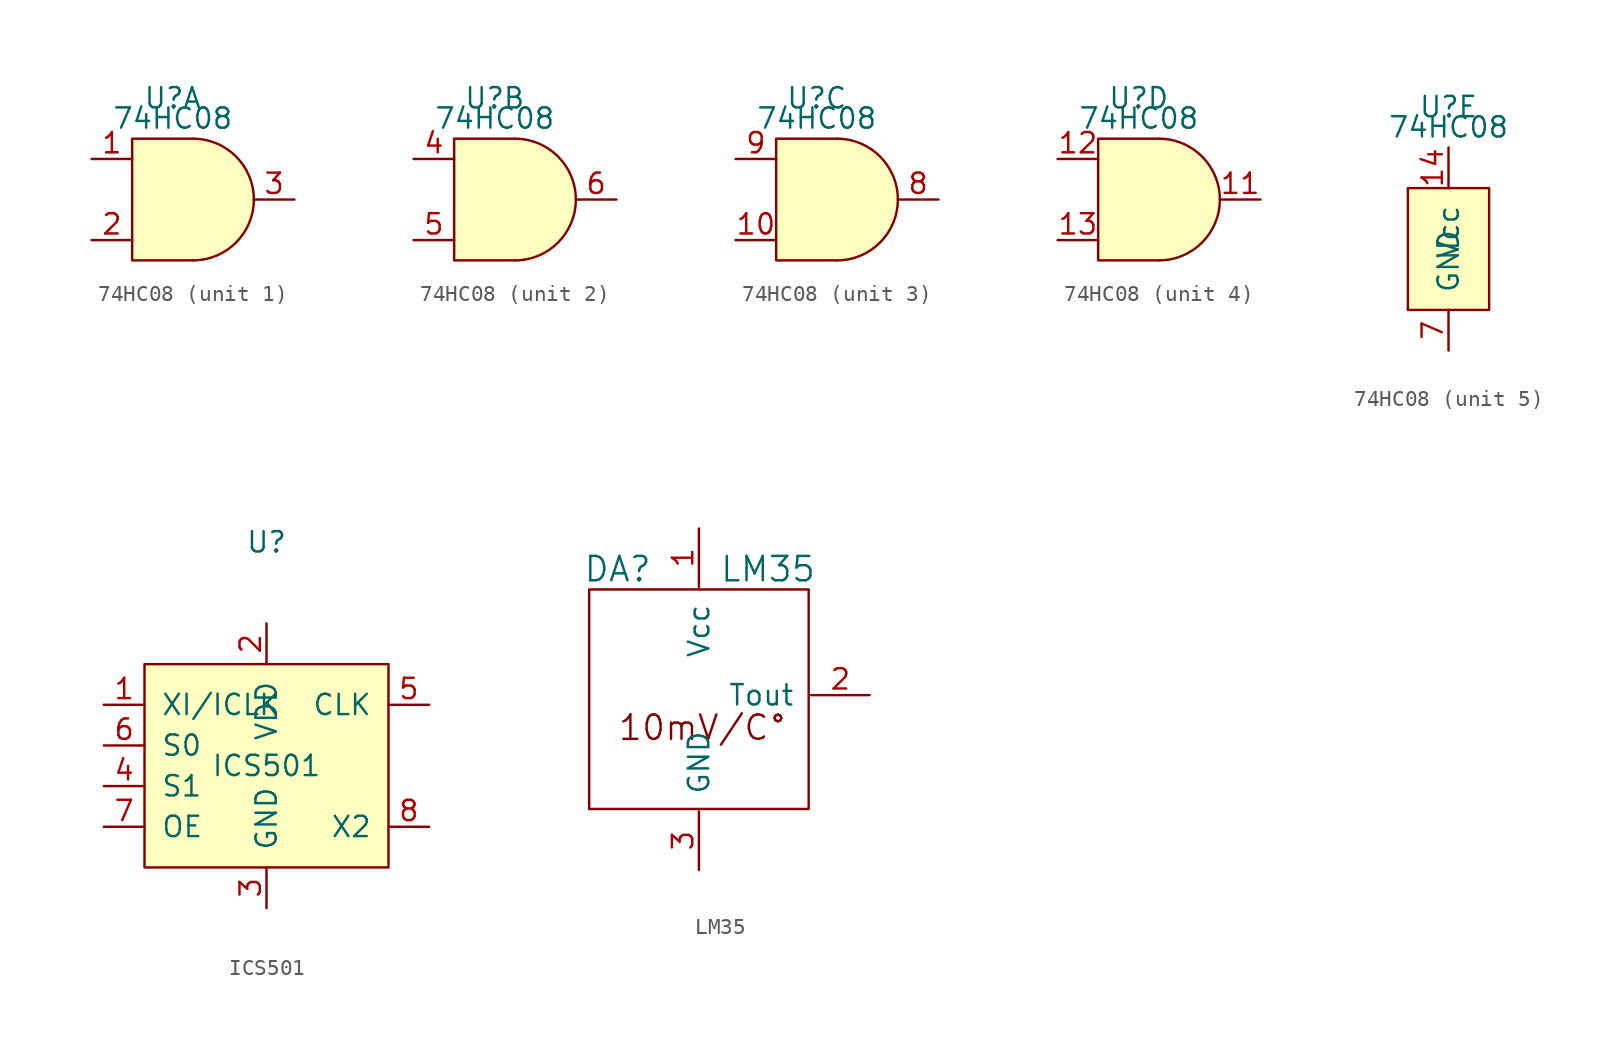
<source format=kicad_sym>
(kicad_symbol_lib
  (version 20211014)
  (generator kicad_symbol_editor)
  (symbol "74HC08"
    (pin_names
      (offset 1.016))
    (property "Reference" "U"
      (at 0 1.27 0)
      (effects (font (size 1.27 1.27))))
    (property "Value" "74HC08"
      (at 0 0 0)
      (effects (font (size 1.27 1.27))))
    (property "ki_locked" ""
      (at 0 0 0)
      (effects (font (size 1.27 1.27))))
    (symbol "74HC08_1_1"
      (polyline (pts (xy 1.27 -1.27) (xy -2.54 -1.27) (xy -2.54 -8.89) (xy 1.27 -8.89)) (stroke (width 0) (type default) (color 0 0 0 0)) (fill (type background)))
      (arc (start 1.27 -8.89) (mid 5.08 -5.08) (end 1.27 -1.27) (stroke (width 0) (type default) (color 0 0 0 0)) (fill (type background)))
      (pin input line (at -5.08 -2.54 0) (length 2.54) (name "~" (effects (font (size 1.27 1.27)))) (number "1" (effects (font (size 1.27 1.27)))))
      (pin input line (at -5.08 -7.62 0) (length 2.54) (name "~" (effects (font (size 1.27 1.27)))) (number "2" (effects (font (size 1.27 1.27)))))
      (pin output line (at 7.62 -5.08 180) (length 2.54) (name "~" (effects (font (size 1.27 1.27)))) (number "3" (effects (font (size 1.27 1.27))))))
    (symbol "74HC08_2_1"
      (polyline (pts (xy 1.27 -1.27) (xy -2.54 -1.27) (xy -2.54 -8.89) (xy 1.27 -8.89)) (stroke (width 0) (type default) (color 0 0 0 0)) (fill (type background)))
      (arc (start 1.27 -8.89) (mid 5.08 -5.08) (end 1.27 -1.27) (stroke (width 0) (type default) (color 0 0 0 0)) (fill (type background)))
      (pin input line (at -5.08 -2.54 0) (length 2.54) (name "~" (effects (font (size 1.27 1.27)))) (number "4" (effects (font (size 1.27 1.27)))))
      (pin input line (at -5.08 -7.62 0) (length 2.54) (name "~" (effects (font (size 1.27 1.27)))) (number "5" (effects (font (size 1.27 1.27)))))
      (pin output line (at 7.62 -5.08 180) (length 2.54) (name "~" (effects (font (size 1.27 1.27)))) (number "6" (effects (font (size 1.27 1.27))))))
    (symbol "74HC08_3_1"
      (polyline (pts (xy 1.27 -1.27) (xy -2.54 -1.27) (xy -2.54 -8.89) (xy 1.27 -8.89)) (stroke (width 0) (type default) (color 0 0 0 0)) (fill (type background)))
      (arc (start 1.27 -8.89) (mid 5.08 -5.08) (end 1.27 -1.27) (stroke (width 0) (type default) (color 0 0 0 0)) (fill (type background)))
      (pin input line (at -5.08 -7.62 0) (length 2.54) (name "~" (effects (font (size 1.27 1.27)))) (number "10" (effects (font (size 1.27 1.27)))))
      (pin output line (at 7.62 -5.08 180) (length 2.54) (name "~" (effects (font (size 1.27 1.27)))) (number "8" (effects (font (size 1.27 1.27)))))
      (pin input line (at -5.08 -2.54 0) (length 2.54) (name "~" (effects (font (size 1.27 1.27)))) (number "9" (effects (font (size 1.27 1.27))))))
    (symbol "74HC08_4_1"
      (polyline (pts (xy 1.27 -1.27) (xy -2.54 -1.27) (xy -2.54 -8.89) (xy 1.27 -8.89)) (stroke (width 0) (type default) (color 0 0 0 0)) (fill (type background)))
      (arc (start 1.27 -8.89) (mid 5.08 -5.08) (end 1.27 -1.27) (stroke (width 0) (type default) (color 0 0 0 0)) (fill (type background)))
      (pin output line (at 7.62 -5.08 180) (length 2.54) (name "~" (effects (font (size 1.27 1.27)))) (number "11" (effects (font (size 1.27 1.27)))))
      (pin input line (at -5.08 -2.54 0) (length 2.54) (name "~" (effects (font (size 1.27 1.27)))) (number "12" (effects (font (size 1.27 1.27)))))
      (pin input line (at -5.08 -7.62 0) (length 2.54) (name "~" (effects (font (size 1.27 1.27)))) (number "13" (effects (font (size 1.27 1.27))))))
    (symbol "74HC08_5_1"
      (rectangle (start -2.54 -3.81) (end 2.54 -11.43) (stroke (width 0) (type default) (color 0 0 0 0)) (fill (type background)))
      (pin power_in line (at 0 -1.27 270) (length 2.54) (name "Vcc" (effects (font (size 1.27 1.27)))) (number "14" (effects (font (size 1.27 1.27)))))
      (pin power_in line (at 0 -13.97 90) (length 2.54) (name "GND" (effects (font (size 1.27 1.27)))) (number "7" (effects (font (size 1.27 1.27)))))))
  (symbol "ICS501"
    (pin_names
      (offset 1.016))
    (property "Reference" "U"
      (at 0 -1.27 0)
      (effects (font (size 1.27 1.27))))
    (property "Value" "ICS501"
      (at 0 -15.24 0)
      (effects (font (size 1.27 1.27))))
    (symbol "ICS501_0_1"
      (rectangle (start -7.62 -8.89) (end 7.62 -21.59) (stroke (width 0) (type default) (color 0 0 0 0)) (fill (type background))))
    (symbol "ICS501_1_1"
      (pin input line (at -10.16 -11.43 0) (length 2.54) (name "XI/ICLK" (effects (font (size 1.27 1.27)))) (number "1" (effects (font (size 1.27 1.27)))))
      (pin power_in line (at 0 -6.35 270) (length 2.54) (name "VDD" (effects (font (size 1.27 1.27)))) (number "2" (effects (font (size 1.27 1.27)))))
      (pin power_in line (at 0 -24.13 90) (length 2.54) (name "GND" (effects (font (size 1.27 1.27)))) (number "3" (effects (font (size 1.27 1.27)))))
      (pin input line (at -10.16 -16.51 0) (length 2.54) (name "S1" (effects (font (size 1.27 1.27)))) (number "4" (effects (font (size 1.27 1.27)))))
      (pin output line (at 10.16 -11.43 180) (length 2.54) (name "CLK" (effects (font (size 1.27 1.27)))) (number "5" (effects (font (size 1.27 1.27)))))
      (pin input line (at -10.16 -13.97 0) (length 2.54) (name "S0" (effects (font (size 1.27 1.27)))) (number "6" (effects (font (size 1.27 1.27)))))
      (pin input line (at -10.16 -19.05 0) (length 2.54) (name "OE" (effects (font (size 1.27 1.27)))) (number "7" (effects (font (size 1.27 1.27)))))
      (pin output line (at 10.16 -19.05 180) (length 2.54) (name "X2" (effects (font (size 1.27 1.27)))) (number "8" (effects (font (size 1.27 1.27)))))))
  (symbol "LM35"
    (pin_names
      (offset 1.016))
    (property "Reference" "DA"
      (at 1.778 8.89 0)
      (effects (font (size 1.524 1.524))))
    (property "Value" "LM35"
      (at 11.176 8.89 0)
      (effects (font (size 1.524 1.524))))
    (property "Footprint" ""
      (at -1.27 0 0)
      (effects (font (size 1.524 1.524))))
    (property "Datasheet" ""
      (at -1.27 0 0)
      (effects (font (size 1.524 1.524))))
    (symbol "LM35_0_0"
      (text "10mV/C°" (at 7.112 -1.016 0) (effects (font (size 1.524 1.524)))))
    (symbol "LM35_0_1"
      (rectangle (start 0 7.62) (end 13.716 -6.096) (stroke (width 0) (type default) (color 0 0 0 0)) (fill (type none))))
    (symbol "LM35_1_1"
      (pin power_in line (at 6.858 11.43 270) (length 3.658) (name "Vcc" (effects (font (size 1.27 1.27)))) (number "1" (effects (font (size 1.27 1.27)))))
      (pin output line (at 17.526 1.016 180) (length 3.658) (name "Tout" (effects (font (size 1.27 1.27)))) (number "2" (effects (font (size 1.27 1.27)))))
      (pin power_in line (at 6.858 -9.906 90) (length 3.658) (name "GND" (effects (font (size 1.27 1.27)))) (number "3" (effects (font (size 1.27 1.27))))))))
</source>
